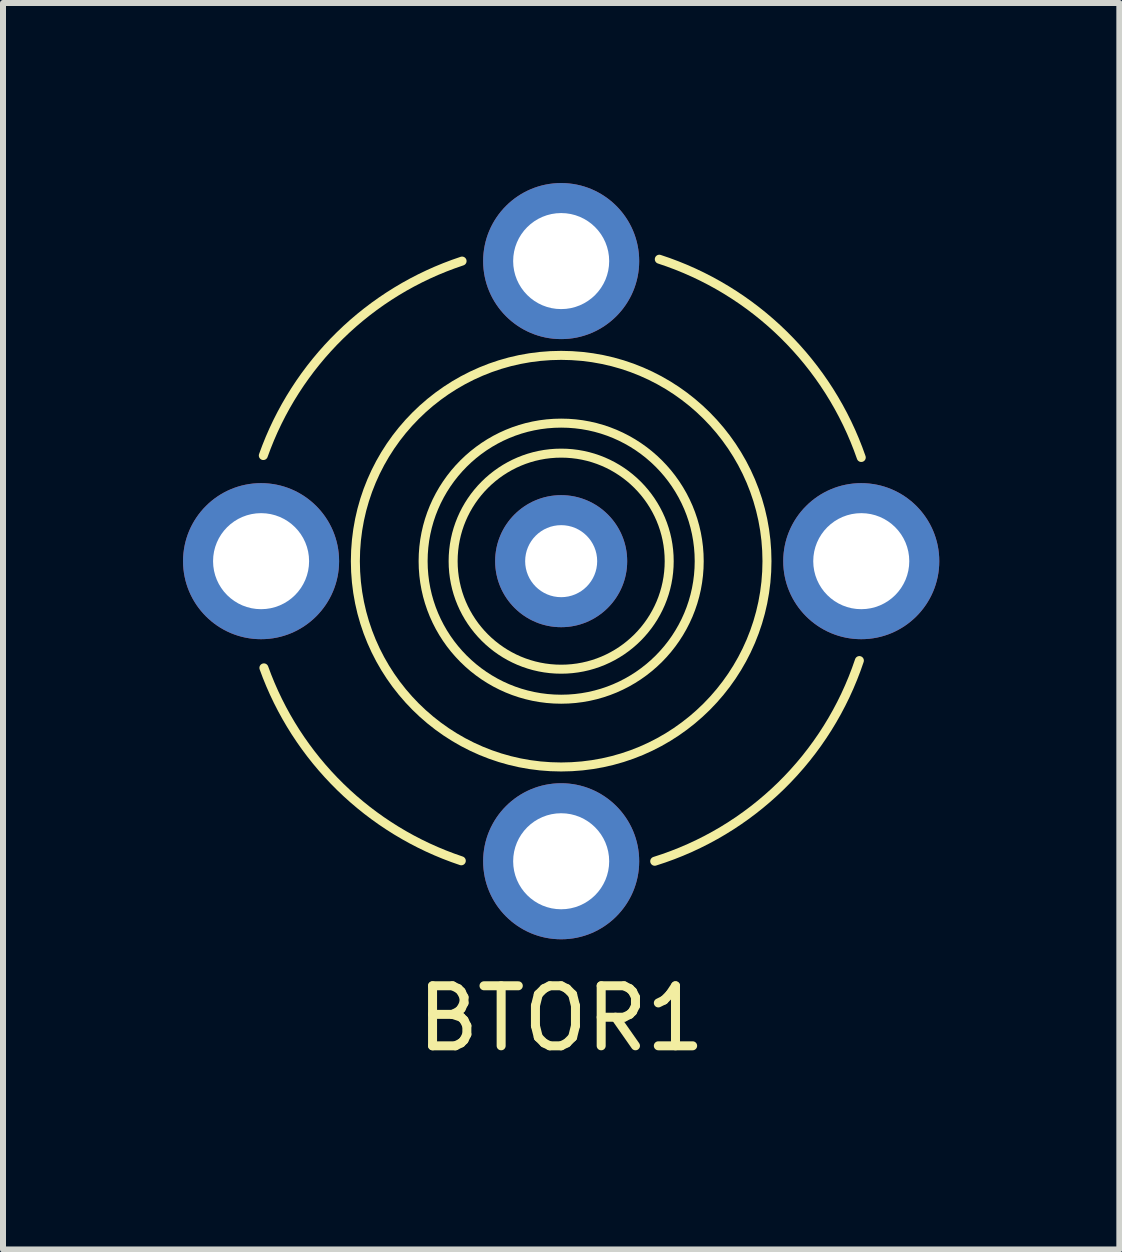
<source format=kicad_pcb>
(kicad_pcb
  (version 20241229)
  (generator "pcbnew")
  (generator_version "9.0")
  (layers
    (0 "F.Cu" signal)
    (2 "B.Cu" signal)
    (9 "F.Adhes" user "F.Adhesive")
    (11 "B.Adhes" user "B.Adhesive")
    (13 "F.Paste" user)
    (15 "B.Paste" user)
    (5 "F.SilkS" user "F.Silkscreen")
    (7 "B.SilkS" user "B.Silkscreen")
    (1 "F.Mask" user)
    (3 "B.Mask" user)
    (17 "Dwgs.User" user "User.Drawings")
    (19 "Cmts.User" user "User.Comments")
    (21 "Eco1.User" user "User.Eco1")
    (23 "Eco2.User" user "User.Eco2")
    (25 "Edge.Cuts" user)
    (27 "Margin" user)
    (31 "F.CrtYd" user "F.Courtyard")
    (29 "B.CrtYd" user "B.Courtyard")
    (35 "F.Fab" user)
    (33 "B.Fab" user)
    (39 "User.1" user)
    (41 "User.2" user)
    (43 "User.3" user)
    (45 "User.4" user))
  (footprint "BTOR1"
    (layer "F.Cu")
    (at 6.3 6.3)
    (property "Reference" "BTOR1" (at 0 7.62 0) (layer "F.SilkS") (effects (font (size 1 1) (thickness 0.15))))
    (attr through_hole)
    (fp_arc (start -4.962685 -1.759989) (mid -3.68234 -3.763798) (end -1.651 -5) (stroke (width 0.15) (type solid)) (layer "F.SilkS"))
    (fp_arc (start -1.664135 4.992409) (mid -3.678277 3.763478) (end -4.953 1.778) (stroke (width 0.15) (type solid)) (layer "F.SilkS"))
    (fp_arc (start 1.635076 -5.031003) (mid 3.705974 -3.774947) (end 5 -1.72756) (stroke (width 0.15) (type solid)) (layer "F.SilkS"))
    (fp_arc (start 4.968563 1.656188) (mid 3.66696 3.739383) (end 1.55871 5) (stroke (width 0.15) (type solid)) (layer "F.SilkS"))
    (fp_circle (center 0 0) (end 1.8 0) (stroke (width 0.15) (type solid)) (fill no) (layer "F.SilkS"))
    (fp_circle (center 0 0) (end 2.3 0) (stroke (width 0.15) (type solid)) (fill no) (layer "F.SilkS"))
    (fp_circle (center 0 0) (end 3.429 0) (stroke (width 0.15) (type solid)) (fill no) (layer "F.SilkS"))
    (pad "1" thru_hole circle (at 0 0) (size 2.2 2.2) (drill 1.2) (layers "*.Cu" "*.Mask"))
    (pad "2" thru_hole circle (at -5 0) (size 2.6 2.6) (drill 1.6) (layers "*.Cu" "*.Mask"))
    (pad "2" thru_hole circle (at 0 -5) (size 2.6 2.6) (drill 1.6) (layers "*.Cu" "*.Mask"))
    (pad "2" thru_hole circle (at 0 5) (size 2.6 2.6) (drill 1.6) (layers "*.Cu" "*.Mask"))
    (pad "2" thru_hole circle (at 5 0) (size 2.6 2.6) (drill 1.6) (layers "*.Cu" "*.Mask")))
  (gr_rect
    (start -3 -3)
    (end 15.6 17.768)
    (stroke (width 0.1) (type default))
    (fill no)
    (layer "Edge.Cuts")))
</source>
